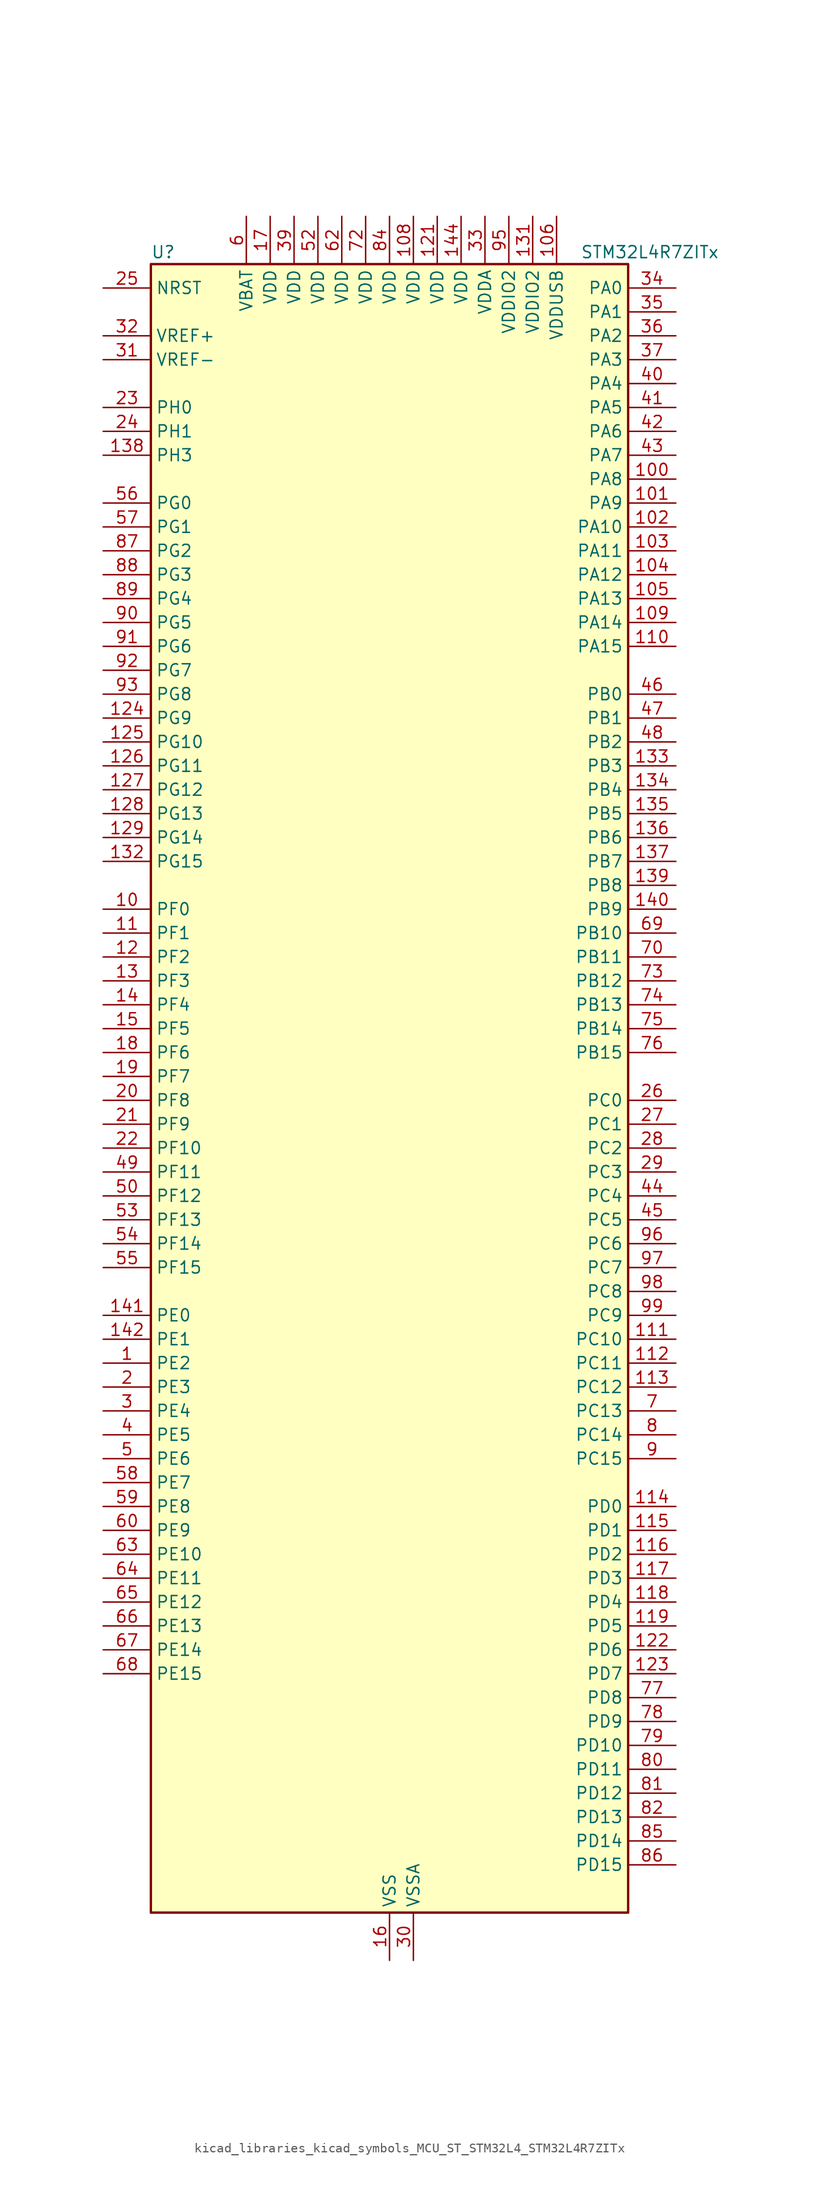
<source format=kicad_sym>
(kicad_symbol_lib
  (version 20220914)
  (generator kicad_symbol_editor)
  (symbol "kicad_libraries_kicad_symbols_MCU_ST_STM32L4_STM32L4R7ZITx"
    (property "Reference" "U"
      (at -25.4 90.17 0)
      (effects (font (size 1.27 1.27)) (justify left)))
    (property "Value" "STM32L4R7ZITx"
      (at 20.32 90.17 0)
      (effects (font (size 1.27 1.27)) (justify left)))
    (property "ki_locked" ""
      (at 0 0 0)
      (effects (font (size 1.27 1.27))))
    (symbol "kicad_libraries_kicad_symbols_MCU_ST_STM32L4_STM32L4R7ZITx_0_1"
      (rectangle (start -25.4 -86.36) (end 25.4 88.9) (stroke (width 0.254) (type default)) (fill (type background))))
    (symbol "kicad_libraries_kicad_symbols_MCU_ST_STM32L4_STM32L4R7ZITx_1_1"
      (pin bidirectional line (at -30.48 -27.94 0) (length 5.08) (name "PE2" (effects (font (size 1.27 1.27)))) (number "1" (effects (font (size 1.27 1.27)))) (alternate "FMC_A23" bidirectional line) (alternate "LTDC_R0" bidirectional line) (alternate "SAI1_CK1" bidirectional line) (alternate "SAI1_MCLK_A" bidirectional line) (alternate "SYS_TRACECLK" bidirectional line) (alternate "TIM3_ETR" bidirectional line) (alternate "TSC_G7_IO1" bidirectional line))
      (pin bidirectional line (at -30.48 20.32 0) (length 5.08) (name "PF0" (effects (font (size 1.27 1.27)))) (number "10" (effects (font (size 1.27 1.27)))) (alternate "FMC_A0" bidirectional line) (alternate "I2C2_SDA" bidirectional line) (alternate "OCTOSPIM_P2_IO0" bidirectional line))
      (pin bidirectional line (at 30.48 66.04 180) (length 5.08) (name "PA8" (effects (font (size 1.27 1.27)))) (number "100" (effects (font (size 1.27 1.27)))) (alternate "LPTIM2_OUT" bidirectional line) (alternate "RCC_MCO" bidirectional line) (alternate "SAI1_CK2" bidirectional line) (alternate "SAI1_SCK_A" bidirectional line) (alternate "TIM1_CH1" bidirectional line) (alternate "USART1_CK" bidirectional line) (alternate "USB_OTG_FS_SOF" bidirectional line))
      (pin bidirectional line (at 30.48 63.5 180) (length 5.08) (name "PA9" (effects (font (size 1.27 1.27)))) (number "101" (effects (font (size 1.27 1.27)))) (alternate "DAC1_EXTI9" bidirectional line) (alternate "DCMI_D0" bidirectional line) (alternate "SAI1_FS_A" bidirectional line) (alternate "SPI2_SCK" bidirectional line) (alternate "TIM15_BKIN" bidirectional line) (alternate "TIM1_CH2" bidirectional line) (alternate "USART1_TX" bidirectional line) (alternate "USB_OTG_FS_VBUS" bidirectional line))
      (pin bidirectional line (at 30.48 60.96 180) (length 5.08) (name "PA10" (effects (font (size 1.27 1.27)))) (number "102" (effects (font (size 1.27 1.27)))) (alternate "DCMI_D1" bidirectional line) (alternate "SAI1_D1" bidirectional line) (alternate "SAI1_SD_A" bidirectional line) (alternate "TIM17_BKIN" bidirectional line) (alternate "TIM1_CH3" bidirectional line) (alternate "USART1_RX" bidirectional line) (alternate "USB_OTG_FS_ID" bidirectional line))
      (pin bidirectional line (at 30.48 58.42 180) (length 5.08) (name "PA11" (effects (font (size 1.27 1.27)))) (number "103" (effects (font (size 1.27 1.27)))) (alternate "ADC1_EXTI11" bidirectional line) (alternate "CAN1_RX" bidirectional line) (alternate "SPI1_MISO" bidirectional line) (alternate "TIM1_BKIN2" bidirectional line) (alternate "TIM1_CH4" bidirectional line) (alternate "USART1_CTS" bidirectional line) (alternate "USART1_NSS" bidirectional line) (alternate "USB_OTG_FS_DM" bidirectional line))
      (pin bidirectional line (at 30.48 55.88 180) (length 5.08) (name "PA12" (effects (font (size 1.27 1.27)))) (number "104" (effects (font (size 1.27 1.27)))) (alternate "CAN1_TX" bidirectional line) (alternate "SPI1_MOSI" bidirectional line) (alternate "TIM1_ETR" bidirectional line) (alternate "USART1_DE" bidirectional line) (alternate "USART1_RTS" bidirectional line) (alternate "USB_OTG_FS_DP" bidirectional line))
      (pin bidirectional line (at 30.48 53.34 180) (length 5.08) (name "PA13" (effects (font (size 1.27 1.27)))) (number "105" (effects (font (size 1.27 1.27)))) (alternate "IR_OUT" bidirectional line) (alternate "SAI1_SD_B" bidirectional line) (alternate "SYS_JTMS-SWDIO" bidirectional line) (alternate "USB_OTG_FS_NOE" bidirectional line))
      (pin power_in line (at 17.78 93.98 270) (length 5.08) (name "VDDUSB" (effects (font (size 1.27 1.27)))) (number "106" (effects (font (size 1.27 1.27)))))
      (pin passive line (at 0 -91.44 90) (length 5.08) hide (name "VSS" (effects (font (size 1.27 1.27)))) (number "107" (effects (font (size 1.27 1.27)))))
      (pin power_in line (at 2.54 93.98 270) (length 5.08) (name "VDD" (effects (font (size 1.27 1.27)))) (number "108" (effects (font (size 1.27 1.27)))))
      (pin bidirectional line (at 30.48 50.8 180) (length 5.08) (name "PA14" (effects (font (size 1.27 1.27)))) (number "109" (effects (font (size 1.27 1.27)))) (alternate "I2C1_SMBA" bidirectional line) (alternate "I2C4_SMBA" bidirectional line) (alternate "LPTIM1_OUT" bidirectional line) (alternate "SAI1_FS_B" bidirectional line) (alternate "SYS_JTCK-SWCLK" bidirectional line) (alternate "USB_OTG_FS_SOF" bidirectional line))
      (pin bidirectional line (at -30.48 17.78 0) (length 5.08) (name "PF1" (effects (font (size 1.27 1.27)))) (number "11" (effects (font (size 1.27 1.27)))) (alternate "FMC_A1" bidirectional line) (alternate "I2C2_SCL" bidirectional line) (alternate "OCTOSPIM_P2_IO1" bidirectional line))
      (pin bidirectional line (at 30.48 48.26 180) (length 5.08) (name "PA15" (effects (font (size 1.27 1.27)))) (number "110" (effects (font (size 1.27 1.27)))) (alternate "ADC1_EXTI15" bidirectional line) (alternate "SAI2_FS_B" bidirectional line) (alternate "SPI1_NSS" bidirectional line) (alternate "SPI3_NSS" bidirectional line) (alternate "SYS_JTDI" bidirectional line) (alternate "TIM2_CH1" bidirectional line) (alternate "TIM2_ETR" bidirectional line) (alternate "TSC_G3_IO1" bidirectional line) (alternate "UART4_DE" bidirectional line) (alternate "UART4_RTS" bidirectional line) (alternate "USART2_RX" bidirectional line) (alternate "USART3_DE" bidirectional line) (alternate "USART3_RTS" bidirectional line))
      (pin bidirectional line (at 30.48 -25.4 180) (length 5.08) (name "PC10" (effects (font (size 1.27 1.27)))) (number "111" (effects (font (size 1.27 1.27)))) (alternate "DCMI_D8" bidirectional line) (alternate "SAI2_SCK_B" bidirectional line) (alternate "SDMMC1_D2" bidirectional line) (alternate "SPI3_SCK" bidirectional line) (alternate "SYS_TRACED1" bidirectional line) (alternate "TSC_G3_IO2" bidirectional line) (alternate "UART4_TX" bidirectional line) (alternate "USART3_TX" bidirectional line))
      (pin bidirectional line (at 30.48 -27.94 180) (length 5.08) (name "PC11" (effects (font (size 1.27 1.27)))) (number "112" (effects (font (size 1.27 1.27)))) (alternate "ADC1_EXTI11" bidirectional line) (alternate "DCMI_D2" bidirectional line) (alternate "DCMI_D4" bidirectional line) (alternate "OCTOSPIM_P1_NCS" bidirectional line) (alternate "SAI2_MCLK_B" bidirectional line) (alternate "SDMMC1_D3" bidirectional line) (alternate "SPI3_MISO" bidirectional line) (alternate "TSC_G3_IO3" bidirectional line) (alternate "UART4_RX" bidirectional line) (alternate "USART3_RX" bidirectional line))
      (pin bidirectional line (at 30.48 -30.48 180) (length 5.08) (name "PC12" (effects (font (size 1.27 1.27)))) (number "113" (effects (font (size 1.27 1.27)))) (alternate "DCMI_D9" bidirectional line) (alternate "SAI2_SD_B" bidirectional line) (alternate "SDMMC1_CK" bidirectional line) (alternate "SPI3_MOSI" bidirectional line) (alternate "SYS_TRACED3" bidirectional line) (alternate "TSC_G3_IO4" bidirectional line) (alternate "UART5_TX" bidirectional line) (alternate "USART3_CK" bidirectional line))
      (pin bidirectional line (at 30.48 -43.18 180) (length 5.08) (name "PD0" (effects (font (size 1.27 1.27)))) (number "114" (effects (font (size 1.27 1.27)))) (alternate "CAN1_RX" bidirectional line) (alternate "DFSDM1_DATIN7" bidirectional line) (alternate "FMC_D2" bidirectional line) (alternate "FMC_DA2" bidirectional line) (alternate "LTDC_B4" bidirectional line) (alternate "SPI2_NSS" bidirectional line))
      (pin bidirectional line (at 30.48 -45.72 180) (length 5.08) (name "PD1" (effects (font (size 1.27 1.27)))) (number "115" (effects (font (size 1.27 1.27)))) (alternate "CAN1_TX" bidirectional line) (alternate "DFSDM1_CKIN7" bidirectional line) (alternate "FMC_D3" bidirectional line) (alternate "FMC_DA3" bidirectional line) (alternate "LTDC_B5" bidirectional line) (alternate "SPI2_SCK" bidirectional line))
      (pin bidirectional line (at 30.48 -48.26 180) (length 5.08) (name "PD2" (effects (font (size 1.27 1.27)))) (number "116" (effects (font (size 1.27 1.27)))) (alternate "DCMI_D11" bidirectional line) (alternate "SDMMC1_CMD" bidirectional line) (alternate "SYS_TRACED2" bidirectional line) (alternate "TIM3_ETR" bidirectional line) (alternate "TSC_SYNC" bidirectional line) (alternate "UART5_RX" bidirectional line) (alternate "USART3_DE" bidirectional line) (alternate "USART3_RTS" bidirectional line))
      (pin bidirectional line (at 30.48 -50.8 180) (length 5.08) (name "PD3" (effects (font (size 1.27 1.27)))) (number "117" (effects (font (size 1.27 1.27)))) (alternate "DCMI_D5" bidirectional line) (alternate "DFSDM1_DATIN0" bidirectional line) (alternate "FMC_CLK" bidirectional line) (alternate "LTDC_CLK" bidirectional line) (alternate "OCTOSPIM_P2_NCS" bidirectional line) (alternate "SPI2_MISO" bidirectional line) (alternate "SPI2_SCK" bidirectional line) (alternate "USART2_CTS" bidirectional line) (alternate "USART2_NSS" bidirectional line))
      (pin bidirectional line (at 30.48 -53.34 180) (length 5.08) (name "PD4" (effects (font (size 1.27 1.27)))) (number "118" (effects (font (size 1.27 1.27)))) (alternate "DFSDM1_CKIN0" bidirectional line) (alternate "FMC_NOE" bidirectional line) (alternate "OCTOSPIM_P1_IO4" bidirectional line) (alternate "SPI2_MOSI" bidirectional line) (alternate "USART2_DE" bidirectional line) (alternate "USART2_RTS" bidirectional line))
      (pin bidirectional line (at 30.48 -55.88 180) (length 5.08) (name "PD5" (effects (font (size 1.27 1.27)))) (number "119" (effects (font (size 1.27 1.27)))) (alternate "FMC_NWE" bidirectional line) (alternate "OCTOSPIM_P1_IO5" bidirectional line) (alternate "USART2_TX" bidirectional line))
      (pin bidirectional line (at -30.48 15.24 0) (length 5.08) (name "PF2" (effects (font (size 1.27 1.27)))) (number "12" (effects (font (size 1.27 1.27)))) (alternate "FMC_A2" bidirectional line) (alternate "I2C2_SMBA" bidirectional line) (alternate "OCTOSPIM_P2_IO2" bidirectional line))
      (pin passive line (at 0 -91.44 90) (length 5.08) hide (name "VSS" (effects (font (size 1.27 1.27)))) (number "120" (effects (font (size 1.27 1.27)))))
      (pin power_in line (at 5.08 93.98 270) (length 5.08) (name "VDD" (effects (font (size 1.27 1.27)))) (number "121" (effects (font (size 1.27 1.27)))))
      (pin bidirectional line (at 30.48 -58.42 180) (length 5.08) (name "PD6" (effects (font (size 1.27 1.27)))) (number "122" (effects (font (size 1.27 1.27)))) (alternate "DCMI_D10" bidirectional line) (alternate "DFSDM1_DATIN1" bidirectional line) (alternate "FMC_NWAIT" bidirectional line) (alternate "LTDC_DE" bidirectional line) (alternate "OCTOSPIM_P1_IO6" bidirectional line) (alternate "SAI1_D1" bidirectional line) (alternate "SAI1_SD_A" bidirectional line) (alternate "SPI3_MOSI" bidirectional line) (alternate "USART2_RX" bidirectional line))
      (pin bidirectional line (at 30.48 -60.96 180) (length 5.08) (name "PD7" (effects (font (size 1.27 1.27)))) (number "123" (effects (font (size 1.27 1.27)))) (alternate "DFSDM1_CKIN1" bidirectional line) (alternate "FMC_NCE" bidirectional line) (alternate "FMC_NE1" bidirectional line) (alternate "OCTOSPIM_P1_IO7" bidirectional line) (alternate "USART2_CK" bidirectional line))
      (pin bidirectional line (at -30.48 40.64 0) (length 5.08) (name "PG9" (effects (font (size 1.27 1.27)))) (number "124" (effects (font (size 1.27 1.27)))) (alternate "DAC1_EXTI9" bidirectional line) (alternate "FMC_NCE" bidirectional line) (alternate "FMC_NE2" bidirectional line) (alternate "OCTOSPIM_P2_IO6" bidirectional line) (alternate "SAI2_SCK_A" bidirectional line) (alternate "SPI3_SCK" bidirectional line) (alternate "TIM15_CH1N" bidirectional line) (alternate "USART1_TX" bidirectional line))
      (pin bidirectional line (at -30.48 38.1 0) (length 5.08) (name "PG10" (effects (font (size 1.27 1.27)))) (number "125" (effects (font (size 1.27 1.27)))) (alternate "FMC_NE3" bidirectional line) (alternate "LPTIM1_IN1" bidirectional line) (alternate "OCTOSPIM_P2_IO7" bidirectional line) (alternate "SAI2_FS_A" bidirectional line) (alternate "SPI3_MISO" bidirectional line) (alternate "TIM15_CH1" bidirectional line) (alternate "USART1_RX" bidirectional line))
      (pin bidirectional line (at -30.48 35.56 0) (length 5.08) (name "PG11" (effects (font (size 1.27 1.27)))) (number "126" (effects (font (size 1.27 1.27)))) (alternate "ADC1_EXTI11" bidirectional line) (alternate "LPTIM1_IN2" bidirectional line) (alternate "OCTOSPIM_P1_IO5" bidirectional line) (alternate "SAI2_MCLK_A" bidirectional line) (alternate "SPI3_MOSI" bidirectional line) (alternate "TIM15_CH2" bidirectional line) (alternate "USART1_CTS" bidirectional line) (alternate "USART1_NSS" bidirectional line))
      (pin bidirectional line (at -30.48 33.02 0) (length 5.08) (name "PG12" (effects (font (size 1.27 1.27)))) (number "127" (effects (font (size 1.27 1.27)))) (alternate "FMC_NE4" bidirectional line) (alternate "LPTIM1_ETR" bidirectional line) (alternate "OCTOSPIM_P2_NCS" bidirectional line) (alternate "SAI2_SD_A" bidirectional line) (alternate "SPI3_NSS" bidirectional line) (alternate "USART1_DE" bidirectional line) (alternate "USART1_RTS" bidirectional line))
      (pin bidirectional line (at -30.48 30.48 0) (length 5.08) (name "PG13" (effects (font (size 1.27 1.27)))) (number "128" (effects (font (size 1.27 1.27)))) (alternate "FMC_A24" bidirectional line) (alternate "I2C1_SDA" bidirectional line) (alternate "LTDC_R0" bidirectional line) (alternate "USART1_CK" bidirectional line))
      (pin bidirectional line (at -30.48 27.94 0) (length 5.08) (name "PG14" (effects (font (size 1.27 1.27)))) (number "129" (effects (font (size 1.27 1.27)))) (alternate "FMC_A25" bidirectional line) (alternate "I2C1_SCL" bidirectional line) (alternate "LTDC_R1" bidirectional line))
      (pin bidirectional line (at -30.48 12.7 0) (length 5.08) (name "PF3" (effects (font (size 1.27 1.27)))) (number "13" (effects (font (size 1.27 1.27)))) (alternate "FMC_A3" bidirectional line) (alternate "OCTOSPIM_P2_IO3" bidirectional line))
      (pin passive line (at 0 -91.44 90) (length 5.08) hide (name "VSS" (effects (font (size 1.27 1.27)))) (number "130" (effects (font (size 1.27 1.27)))))
      (pin power_in line (at 15.24 93.98 270) (length 5.08) (name "VDDIO2" (effects (font (size 1.27 1.27)))) (number "131" (effects (font (size 1.27 1.27)))))
      (pin bidirectional line (at -30.48 25.4 0) (length 5.08) (name "PG15" (effects (font (size 1.27 1.27)))) (number "132" (effects (font (size 1.27 1.27)))) (alternate "ADC1_EXTI15" bidirectional line) (alternate "DCMI_D13" bidirectional line) (alternate "I2C1_SMBA" bidirectional line) (alternate "LPTIM1_OUT" bidirectional line) (alternate "OCTOSPIM_P2_DQS" bidirectional line))
      (pin bidirectional line (at 30.48 35.56 180) (length 5.08) (name "PB3" (effects (font (size 1.27 1.27)))) (number "133" (effects (font (size 1.27 1.27)))) (alternate "COMP2_INM" bidirectional line) (alternate "CRS_SYNC" bidirectional line) (alternate "SAI1_SCK_B" bidirectional line) (alternate "SPI1_SCK" bidirectional line) (alternate "SPI3_SCK" bidirectional line) (alternate "SYS_JTDO-SWO" bidirectional line) (alternate "TIM2_CH2" bidirectional line) (alternate "USART1_DE" bidirectional line) (alternate "USART1_RTS" bidirectional line))
      (pin bidirectional line (at 30.48 33.02 180) (length 5.08) (name "PB4" (effects (font (size 1.27 1.27)))) (number "134" (effects (font (size 1.27 1.27)))) (alternate "COMP2_INP" bidirectional line) (alternate "DCMI_D12" bidirectional line) (alternate "I2C3_SDA" bidirectional line) (alternate "SAI1_MCLK_B" bidirectional line) (alternate "SPI1_MISO" bidirectional line) (alternate "SPI3_MISO" bidirectional line) (alternate "SYS_JTRST" bidirectional line) (alternate "TIM17_BKIN" bidirectional line) (alternate "TIM3_CH1" bidirectional line) (alternate "TSC_G2_IO1" bidirectional line) (alternate "UART5_DE" bidirectional line) (alternate "UART5_RTS" bidirectional line) (alternate "USART1_CTS" bidirectional line) (alternate "USART1_NSS" bidirectional line))
      (pin bidirectional line (at 30.48 30.48 180) (length 5.08) (name "PB5" (effects (font (size 1.27 1.27)))) (number "135" (effects (font (size 1.27 1.27)))) (alternate "COMP2_OUT" bidirectional line) (alternate "DCMI_D10" bidirectional line) (alternate "I2C1_SMBA" bidirectional line) (alternate "LPTIM1_IN1" bidirectional line) (alternate "SAI1_SD_B" bidirectional line) (alternate "SPI1_MOSI" bidirectional line) (alternate "SPI3_MOSI" bidirectional line) (alternate "TIM16_BKIN" bidirectional line) (alternate "TIM3_CH2" bidirectional line) (alternate "TSC_G2_IO2" bidirectional line) (alternate "UART5_CTS" bidirectional line) (alternate "USART1_CK" bidirectional line))
      (pin bidirectional line (at 30.48 27.94 180) (length 5.08) (name "PB6" (effects (font (size 1.27 1.27)))) (number "136" (effects (font (size 1.27 1.27)))) (alternate "COMP2_INP" bidirectional line) (alternate "DCMI_D5" bidirectional line) (alternate "DFSDM1_DATIN5" bidirectional line) (alternate "I2C1_SCL" bidirectional line) (alternate "I2C4_SCL" bidirectional line) (alternate "LPTIM1_ETR" bidirectional line) (alternate "SAI1_FS_B" bidirectional line) (alternate "TIM16_CH1N" bidirectional line) (alternate "TIM4_CH1" bidirectional line) (alternate "TIM8_BKIN2" bidirectional line) (alternate "TSC_G2_IO3" bidirectional line) (alternate "USART1_TX" bidirectional line))
      (pin bidirectional line (at 30.48 25.4 180) (length 5.08) (name "PB7" (effects (font (size 1.27 1.27)))) (number "137" (effects (font (size 1.27 1.27)))) (alternate "COMP2_INM" bidirectional line) (alternate "DCMI_VSYNC" bidirectional line) (alternate "DFSDM1_CKIN5" bidirectional line) (alternate "FMC_NL" bidirectional line) (alternate "I2C1_SDA" bidirectional line) (alternate "I2C4_SDA" bidirectional line) (alternate "LPTIM1_IN2" bidirectional line) (alternate "SYS_PVD_IN" bidirectional line) (alternate "TIM17_CH1N" bidirectional line) (alternate "TIM4_CH2" bidirectional line) (alternate "TIM8_BKIN" bidirectional line) (alternate "TSC_G2_IO4" bidirectional line) (alternate "UART4_CTS" bidirectional line) (alternate "USART1_RX" bidirectional line))
      (pin bidirectional line (at -30.48 68.58 0) (length 5.08) (name "PH3" (effects (font (size 1.27 1.27)))) (number "138" (effects (font (size 1.27 1.27)))))
      (pin bidirectional line (at 30.48 22.86 180) (length 5.08) (name "PB8" (effects (font (size 1.27 1.27)))) (number "139" (effects (font (size 1.27 1.27)))) (alternate "CAN1_RX" bidirectional line) (alternate "DCMI_D6" bidirectional line) (alternate "DFSDM1_CKOUT" bidirectional line) (alternate "DFSDM1_DATIN6" bidirectional line) (alternate "I2C1_SCL" bidirectional line) (alternate "LTDC_B1" bidirectional line) (alternate "SAI1_CK1" bidirectional line) (alternate "SAI1_MCLK_A" bidirectional line) (alternate "SDMMC1_CKIN" bidirectional line) (alternate "SDMMC1_D4" bidirectional line) (alternate "TIM16_CH1" bidirectional line) (alternate "TIM4_CH3" bidirectional line))
      (pin bidirectional line (at -30.48 10.16 0) (length 5.08) (name "PF4" (effects (font (size 1.27 1.27)))) (number "14" (effects (font (size 1.27 1.27)))) (alternate "FMC_A4" bidirectional line) (alternate "OCTOSPIM_P2_CLK" bidirectional line))
      (pin bidirectional line (at 30.48 20.32 180) (length 5.08) (name "PB9" (effects (font (size 1.27 1.27)))) (number "140" (effects (font (size 1.27 1.27)))) (alternate "CAN1_TX" bidirectional line) (alternate "DAC1_EXTI9" bidirectional line) (alternate "DCMI_D7" bidirectional line) (alternate "DFSDM1_CKIN6" bidirectional line) (alternate "I2C1_SDA" bidirectional line) (alternate "IR_OUT" bidirectional line) (alternate "SAI1_D2" bidirectional line) (alternate "SAI1_FS_A" bidirectional line) (alternate "SDMMC1_CDIR" bidirectional line) (alternate "SDMMC1_D5" bidirectional line) (alternate "SPI2_NSS" bidirectional line) (alternate "TIM17_CH1" bidirectional line) (alternate "TIM4_CH4" bidirectional line))
      (pin bidirectional line (at -30.48 -22.86 0) (length 5.08) (name "PE0" (effects (font (size 1.27 1.27)))) (number "141" (effects (font (size 1.27 1.27)))) (alternate "DCMI_D2" bidirectional line) (alternate "FMC_NBL0" bidirectional line) (alternate "LTDC_HSYNC" bidirectional line) (alternate "TIM16_CH1" bidirectional line) (alternate "TIM4_ETR" bidirectional line))
      (pin bidirectional line (at -30.48 -25.4 0) (length 5.08) (name "PE1" (effects (font (size 1.27 1.27)))) (number "142" (effects (font (size 1.27 1.27)))) (alternate "DCMI_D3" bidirectional line) (alternate "FMC_NBL1" bidirectional line) (alternate "LTDC_VSYNC" bidirectional line) (alternate "TIM17_CH1" bidirectional line))
      (pin passive line (at 0 -91.44 90) (length 5.08) hide (name "VSS" (effects (font (size 1.27 1.27)))) (number "143" (effects (font (size 1.27 1.27)))))
      (pin power_in line (at 7.62 93.98 270) (length 5.08) (name "VDD" (effects (font (size 1.27 1.27)))) (number "144" (effects (font (size 1.27 1.27)))))
      (pin bidirectional line (at -30.48 7.62 0) (length 5.08) (name "PF5" (effects (font (size 1.27 1.27)))) (number "15" (effects (font (size 1.27 1.27)))) (alternate "FMC_A5" bidirectional line))
      (pin power_in line (at 0 -91.44 90) (length 5.08) (name "VSS" (effects (font (size 1.27 1.27)))) (number "16" (effects (font (size 1.27 1.27)))))
      (pin power_in line (at -12.7 93.98 270) (length 5.08) (name "VDD" (effects (font (size 1.27 1.27)))) (number "17" (effects (font (size 1.27 1.27)))))
      (pin bidirectional line (at -30.48 5.08 0) (length 5.08) (name "PF6" (effects (font (size 1.27 1.27)))) (number "18" (effects (font (size 1.27 1.27)))) (alternate "OCTOSPIM_P1_IO3" bidirectional line) (alternate "SAI1_SD_B" bidirectional line) (alternate "TIM5_CH1" bidirectional line) (alternate "TIM5_ETR" bidirectional line))
      (pin bidirectional line (at -30.48 2.54 0) (length 5.08) (name "PF7" (effects (font (size 1.27 1.27)))) (number "19" (effects (font (size 1.27 1.27)))) (alternate "OCTOSPIM_P1_IO2" bidirectional line) (alternate "SAI1_MCLK_B" bidirectional line) (alternate "TIM5_CH2" bidirectional line))
      (pin bidirectional line (at -30.48 -30.48 0) (length 5.08) (name "PE3" (effects (font (size 1.27 1.27)))) (number "2" (effects (font (size 1.27 1.27)))) (alternate "FMC_A19" bidirectional line) (alternate "LTDC_R1" bidirectional line) (alternate "OCTOSPIM_P1_DQS" bidirectional line) (alternate "SAI1_SD_B" bidirectional line) (alternate "SYS_TRACED0" bidirectional line) (alternate "TIM3_CH1" bidirectional line) (alternate "TSC_G7_IO2" bidirectional line))
      (pin bidirectional line (at -30.48 0 0) (length 5.08) (name "PF8" (effects (font (size 1.27 1.27)))) (number "20" (effects (font (size 1.27 1.27)))) (alternate "OCTOSPIM_P1_IO0" bidirectional line) (alternate "SAI1_SCK_B" bidirectional line) (alternate "TIM5_CH3" bidirectional line))
      (pin bidirectional line (at -30.48 -2.54 0) (length 5.08) (name "PF9" (effects (font (size 1.27 1.27)))) (number "21" (effects (font (size 1.27 1.27)))) (alternate "DAC1_EXTI9" bidirectional line) (alternate "OCTOSPIM_P1_IO1" bidirectional line) (alternate "SAI1_FS_B" bidirectional line) (alternate "TIM15_CH1" bidirectional line) (alternate "TIM5_CH4" bidirectional line))
      (pin bidirectional line (at -30.48 -5.08 0) (length 5.08) (name "PF10" (effects (font (size 1.27 1.27)))) (number "22" (effects (font (size 1.27 1.27)))) (alternate "DCMI_D11" bidirectional line) (alternate "DFSDM1_CKOUT" bidirectional line) (alternate "OCTOSPIM_P1_CLK" bidirectional line) (alternate "SAI1_D3" bidirectional line) (alternate "TIM15_CH2" bidirectional line))
      (pin bidirectional line (at -30.48 73.66 0) (length 5.08) (name "PH0" (effects (font (size 1.27 1.27)))) (number "23" (effects (font (size 1.27 1.27)))) (alternate "RCC_OSC_IN" bidirectional line))
      (pin bidirectional line (at -30.48 71.12 0) (length 5.08) (name "PH1" (effects (font (size 1.27 1.27)))) (number "24" (effects (font (size 1.27 1.27)))) (alternate "RCC_OSC_OUT" bidirectional line))
      (pin input line (at -30.48 86.36 0) (length 5.08) (name "NRST" (effects (font (size 1.27 1.27)))) (number "25" (effects (font (size 1.27 1.27)))))
      (pin bidirectional line (at 30.48 0 180) (length 5.08) (name "PC0" (effects (font (size 1.27 1.27)))) (number "26" (effects (font (size 1.27 1.27)))) (alternate "ADC1_IN1" bidirectional line) (alternate "DFSDM1_DATIN4" bidirectional line) (alternate "I2C3_SCL" bidirectional line) (alternate "LPTIM1_IN1" bidirectional line) (alternate "LPTIM2_IN1" bidirectional line) (alternate "LPUART1_RX" bidirectional line) (alternate "SAI2_FS_A" bidirectional line))
      (pin bidirectional line (at 30.48 -2.54 180) (length 5.08) (name "PC1" (effects (font (size 1.27 1.27)))) (number "27" (effects (font (size 1.27 1.27)))) (alternate "ADC1_IN2" bidirectional line) (alternate "DFSDM1_CKIN4" bidirectional line) (alternate "I2C3_SDA" bidirectional line) (alternate "LPTIM1_OUT" bidirectional line) (alternate "LPUART1_TX" bidirectional line) (alternate "OCTOSPIM_P1_IO4" bidirectional line) (alternate "SAI1_SD_A" bidirectional line) (alternate "SPI2_MOSI" bidirectional line) (alternate "SYS_TRACED0" bidirectional line))
      (pin bidirectional line (at 30.48 -5.08 180) (length 5.08) (name "PC2" (effects (font (size 1.27 1.27)))) (number "28" (effects (font (size 1.27 1.27)))) (alternate "ADC1_IN3" bidirectional line) (alternate "DFSDM1_CKOUT" bidirectional line) (alternate "LPTIM1_IN2" bidirectional line) (alternate "OCTOSPIM_P1_IO5" bidirectional line) (alternate "SPI2_MISO" bidirectional line))
      (pin bidirectional line (at 30.48 -7.62 180) (length 5.08) (name "PC3" (effects (font (size 1.27 1.27)))) (number "29" (effects (font (size 1.27 1.27)))) (alternate "ADC1_IN4" bidirectional line) (alternate "LPTIM1_ETR" bidirectional line) (alternate "LPTIM2_ETR" bidirectional line) (alternate "OCTOSPIM_P1_IO6" bidirectional line) (alternate "SAI1_D1" bidirectional line) (alternate "SAI1_SD_A" bidirectional line) (alternate "SPI2_MOSI" bidirectional line))
      (pin bidirectional line (at -30.48 -33.02 0) (length 5.08) (name "PE4" (effects (font (size 1.27 1.27)))) (number "3" (effects (font (size 1.27 1.27)))) (alternate "DCMI_D4" bidirectional line) (alternate "DFSDM1_DATIN3" bidirectional line) (alternate "FMC_A20" bidirectional line) (alternate "LTDC_B0" bidirectional line) (alternate "SAI1_D2" bidirectional line) (alternate "SAI1_FS_A" bidirectional line) (alternate "SYS_TRACED1" bidirectional line) (alternate "TIM3_CH2" bidirectional line) (alternate "TSC_G7_IO3" bidirectional line))
      (pin power_in line (at 2.54 -91.44 90) (length 5.08) (name "VSSA" (effects (font (size 1.27 1.27)))) (number "30" (effects (font (size 1.27 1.27)))))
      (pin input line (at -30.48 78.74 0) (length 5.08) (name "VREF-" (effects (font (size 1.27 1.27)))) (number "31" (effects (font (size 1.27 1.27)))))
      (pin input line (at -30.48 81.28 0) (length 5.08) (name "VREF+" (effects (font (size 1.27 1.27)))) (number "32" (effects (font (size 1.27 1.27)))) (alternate "VREFBUF_OUT" bidirectional line))
      (pin power_in line (at 10.16 93.98 270) (length 5.08) (name "VDDA" (effects (font (size 1.27 1.27)))) (number "33" (effects (font (size 1.27 1.27)))))
      (pin bidirectional line (at 30.48 86.36 180) (length 5.08) (name "PA0" (effects (font (size 1.27 1.27)))) (number "34" (effects (font (size 1.27 1.27)))) (alternate "ADC1_IN5" bidirectional line) (alternate "OPAMP1_VINP" bidirectional line) (alternate "RTC_TAMP2" bidirectional line) (alternate "SAI1_EXTCLK" bidirectional line) (alternate "SYS_WKUP1" bidirectional line) (alternate "TIM2_CH1" bidirectional line) (alternate "TIM2_ETR" bidirectional line) (alternate "TIM5_CH1" bidirectional line) (alternate "TIM8_ETR" bidirectional line) (alternate "UART4_TX" bidirectional line) (alternate "USART2_CTS" bidirectional line) (alternate "USART2_NSS" bidirectional line))
      (pin bidirectional line (at 30.48 83.82 180) (length 5.08) (name "PA1" (effects (font (size 1.27 1.27)))) (number "35" (effects (font (size 1.27 1.27)))) (alternate "ADC1_IN6" bidirectional line) (alternate "I2C1_SMBA" bidirectional line) (alternate "OCTOSPIM_P1_DQS" bidirectional line) (alternate "OPAMP1_VINM" bidirectional line) (alternate "SPI1_SCK" bidirectional line) (alternate "TIM15_CH1N" bidirectional line) (alternate "TIM2_CH2" bidirectional line) (alternate "TIM5_CH2" bidirectional line) (alternate "UART4_RX" bidirectional line) (alternate "USART2_DE" bidirectional line) (alternate "USART2_RTS" bidirectional line))
      (pin bidirectional line (at 30.48 81.28 180) (length 5.08) (name "PA2" (effects (font (size 1.27 1.27)))) (number "36" (effects (font (size 1.27 1.27)))) (alternate "ADC1_IN7" bidirectional line) (alternate "LPUART1_TX" bidirectional line) (alternate "OCTOSPIM_P1_NCS" bidirectional line) (alternate "RCC_LSCO" bidirectional line) (alternate "SAI2_EXTCLK" bidirectional line) (alternate "SYS_WKUP4" bidirectional line) (alternate "TIM15_CH1" bidirectional line) (alternate "TIM2_CH3" bidirectional line) (alternate "TIM5_CH3" bidirectional line) (alternate "USART2_TX" bidirectional line))
      (pin bidirectional line (at 30.48 78.74 180) (length 5.08) (name "PA3" (effects (font (size 1.27 1.27)))) (number "37" (effects (font (size 1.27 1.27)))) (alternate "ADC1_IN8" bidirectional line) (alternate "LPUART1_RX" bidirectional line) (alternate "OCTOSPIM_P1_CLK" bidirectional line) (alternate "OPAMP1_VOUT" bidirectional line) (alternate "SAI1_CK1" bidirectional line) (alternate "SAI1_MCLK_A" bidirectional line) (alternate "TIM15_CH2" bidirectional line) (alternate "TIM2_CH4" bidirectional line) (alternate "TIM5_CH4" bidirectional line) (alternate "USART2_RX" bidirectional line))
      (pin passive line (at 0 -91.44 90) (length 5.08) hide (name "VSS" (effects (font (size 1.27 1.27)))) (number "38" (effects (font (size 1.27 1.27)))))
      (pin power_in line (at -10.16 93.98 270) (length 5.08) (name "VDD" (effects (font (size 1.27 1.27)))) (number "39" (effects (font (size 1.27 1.27)))))
      (pin bidirectional line (at -30.48 -35.56 0) (length 5.08) (name "PE5" (effects (font (size 1.27 1.27)))) (number "4" (effects (font (size 1.27 1.27)))) (alternate "DCMI_D6" bidirectional line) (alternate "DFSDM1_CKIN3" bidirectional line) (alternate "FMC_A21" bidirectional line) (alternate "LTDC_G0" bidirectional line) (alternate "SAI1_CK2" bidirectional line) (alternate "SAI1_SCK_A" bidirectional line) (alternate "SYS_TRACED2" bidirectional line) (alternate "TIM3_CH3" bidirectional line) (alternate "TSC_G7_IO4" bidirectional line))
      (pin bidirectional line (at 30.48 76.2 180) (length 5.08) (name "PA4" (effects (font (size 1.27 1.27)))) (number "40" (effects (font (size 1.27 1.27)))) (alternate "ADC1_IN9" bidirectional line) (alternate "DAC1_OUT1" bidirectional line) (alternate "DCMI_HSYNC" bidirectional line) (alternate "LPTIM2_OUT" bidirectional line) (alternate "OCTOSPIM_P1_NCS" bidirectional line) (alternate "SAI1_FS_B" bidirectional line) (alternate "SPI1_NSS" bidirectional line) (alternate "SPI3_NSS" bidirectional line) (alternate "USART2_CK" bidirectional line))
      (pin bidirectional line (at 30.48 73.66 180) (length 5.08) (name "PA5" (effects (font (size 1.27 1.27)))) (number "41" (effects (font (size 1.27 1.27)))) (alternate "ADC1_IN10" bidirectional line) (alternate "DAC1_OUT2" bidirectional line) (alternate "LPTIM2_ETR" bidirectional line) (alternate "SPI1_SCK" bidirectional line) (alternate "TIM2_CH1" bidirectional line) (alternate "TIM2_ETR" bidirectional line) (alternate "TIM8_CH1N" bidirectional line))
      (pin bidirectional line (at 30.48 71.12 180) (length 5.08) (name "PA6" (effects (font (size 1.27 1.27)))) (number "42" (effects (font (size 1.27 1.27)))) (alternate "ADC1_IN11" bidirectional line) (alternate "DCMI_PIXCLK" bidirectional line) (alternate "LPUART1_CTS" bidirectional line) (alternate "OCTOSPIM_P1_IO3" bidirectional line) (alternate "OPAMP2_VINP" bidirectional line) (alternate "SPI1_MISO" bidirectional line) (alternate "TIM16_CH1" bidirectional line) (alternate "TIM1_BKIN" bidirectional line) (alternate "TIM3_CH1" bidirectional line) (alternate "TIM8_BKIN" bidirectional line) (alternate "USART3_CTS" bidirectional line) (alternate "USART3_NSS" bidirectional line))
      (pin bidirectional line (at 30.48 68.58 180) (length 5.08) (name "PA7" (effects (font (size 1.27 1.27)))) (number "43" (effects (font (size 1.27 1.27)))) (alternate "ADC1_IN12" bidirectional line) (alternate "I2C3_SCL" bidirectional line) (alternate "OCTOSPIM_P1_IO2" bidirectional line) (alternate "OPAMP2_VINM" bidirectional line) (alternate "SPI1_MOSI" bidirectional line) (alternate "TIM17_CH1" bidirectional line) (alternate "TIM1_CH1N" bidirectional line) (alternate "TIM3_CH2" bidirectional line) (alternate "TIM8_CH1N" bidirectional line))
      (pin bidirectional line (at 30.48 -10.16 180) (length 5.08) (name "PC4" (effects (font (size 1.27 1.27)))) (number "44" (effects (font (size 1.27 1.27)))) (alternate "ADC1_IN13" bidirectional line) (alternate "COMP1_INM" bidirectional line) (alternate "OCTOSPIM_P1_IO7" bidirectional line) (alternate "USART3_TX" bidirectional line))
      (pin bidirectional line (at 30.48 -12.7 180) (length 5.08) (name "PC5" (effects (font (size 1.27 1.27)))) (number "45" (effects (font (size 1.27 1.27)))) (alternate "ADC1_IN14" bidirectional line) (alternate "COMP1_INP" bidirectional line) (alternate "SAI1_D3" bidirectional line) (alternate "SYS_WKUP5" bidirectional line) (alternate "USART3_RX" bidirectional line))
      (pin bidirectional line (at 30.48 43.18 180) (length 5.08) (name "PB0" (effects (font (size 1.27 1.27)))) (number "46" (effects (font (size 1.27 1.27)))) (alternate "ADC1_IN15" bidirectional line) (alternate "COMP1_OUT" bidirectional line) (alternate "OCTOSPIM_P1_IO1" bidirectional line) (alternate "OPAMP2_VOUT" bidirectional line) (alternate "SAI1_EXTCLK" bidirectional line) (alternate "SPI1_NSS" bidirectional line) (alternate "TIM1_CH2N" bidirectional line) (alternate "TIM3_CH3" bidirectional line) (alternate "TIM8_CH2N" bidirectional line) (alternate "USART3_CK" bidirectional line))
      (pin bidirectional line (at 30.48 40.64 180) (length 5.08) (name "PB1" (effects (font (size 1.27 1.27)))) (number "47" (effects (font (size 1.27 1.27)))) (alternate "ADC1_IN16" bidirectional line) (alternate "COMP1_INM" bidirectional line) (alternate "DFSDM1_DATIN0" bidirectional line) (alternate "LPTIM2_IN1" bidirectional line) (alternate "LPUART1_DE" bidirectional line) (alternate "LPUART1_RTS" bidirectional line) (alternate "OCTOSPIM_P1_IO0" bidirectional line) (alternate "TIM1_CH3N" bidirectional line) (alternate "TIM3_CH4" bidirectional line) (alternate "TIM8_CH3N" bidirectional line) (alternate "USART3_DE" bidirectional line) (alternate "USART3_RTS" bidirectional line))
      (pin bidirectional line (at 30.48 38.1 180) (length 5.08) (name "PB2" (effects (font (size 1.27 1.27)))) (number "48" (effects (font (size 1.27 1.27)))) (alternate "COMP1_INP" bidirectional line) (alternate "DFSDM1_CKIN0" bidirectional line) (alternate "I2C3_SMBA" bidirectional line) (alternate "LPTIM1_OUT" bidirectional line) (alternate "LTDC_B1" bidirectional line) (alternate "OCTOSPIM_P1_DQS" bidirectional line) (alternate "RTC_OUT_ALARM" bidirectional line) (alternate "RTC_OUT_CALIB" bidirectional line))
      (pin bidirectional line (at -30.48 -7.62 0) (length 5.08) (name "PF11" (effects (font (size 1.27 1.27)))) (number "49" (effects (font (size 1.27 1.27)))) (alternate "ADC1_EXTI11" bidirectional line) (alternate "DCMI_D12" bidirectional line) (alternate "LTDC_DE" bidirectional line))
      (pin bidirectional line (at -30.48 -38.1 0) (length 5.08) (name "PE6" (effects (font (size 1.27 1.27)))) (number "5" (effects (font (size 1.27 1.27)))) (alternate "DCMI_D7" bidirectional line) (alternate "FMC_A22" bidirectional line) (alternate "LTDC_G1" bidirectional line) (alternate "RTC_TAMP3" bidirectional line) (alternate "SAI1_D1" bidirectional line) (alternate "SAI1_SD_A" bidirectional line) (alternate "SYS_TRACED3" bidirectional line) (alternate "SYS_WKUP3" bidirectional line) (alternate "TIM3_CH4" bidirectional line))
      (pin bidirectional line (at -30.48 -10.16 0) (length 5.08) (name "PF12" (effects (font (size 1.27 1.27)))) (number "50" (effects (font (size 1.27 1.27)))) (alternate "FMC_A6" bidirectional line) (alternate "LTDC_B0" bidirectional line) (alternate "OCTOSPIM_P2_DQS" bidirectional line))
      (pin passive line (at 0 -91.44 90) (length 5.08) hide (name "VSS" (effects (font (size 1.27 1.27)))) (number "51" (effects (font (size 1.27 1.27)))))
      (pin power_in line (at -7.62 93.98 270) (length 5.08) (name "VDD" (effects (font (size 1.27 1.27)))) (number "52" (effects (font (size 1.27 1.27)))))
      (pin bidirectional line (at -30.48 -12.7 0) (length 5.08) (name "PF13" (effects (font (size 1.27 1.27)))) (number "53" (effects (font (size 1.27 1.27)))) (alternate "DFSDM1_DATIN6" bidirectional line) (alternate "FMC_A7" bidirectional line) (alternate "I2C4_SMBA" bidirectional line) (alternate "LTDC_B1" bidirectional line))
      (pin bidirectional line (at -30.48 -15.24 0) (length 5.08) (name "PF14" (effects (font (size 1.27 1.27)))) (number "54" (effects (font (size 1.27 1.27)))) (alternate "DFSDM1_CKIN6" bidirectional line) (alternate "FMC_A8" bidirectional line) (alternate "I2C4_SCL" bidirectional line) (alternate "LTDC_G0" bidirectional line) (alternate "TSC_G8_IO1" bidirectional line))
      (pin bidirectional line (at -30.48 -17.78 0) (length 5.08) (name "PF15" (effects (font (size 1.27 1.27)))) (number "55" (effects (font (size 1.27 1.27)))) (alternate "ADC1_EXTI15" bidirectional line) (alternate "FMC_A9" bidirectional line) (alternate "I2C4_SDA" bidirectional line) (alternate "LTDC_G1" bidirectional line) (alternate "TSC_G8_IO2" bidirectional line))
      (pin bidirectional line (at -30.48 63.5 0) (length 5.08) (name "PG0" (effects (font (size 1.27 1.27)))) (number "56" (effects (font (size 1.27 1.27)))) (alternate "FMC_A10" bidirectional line) (alternate "OCTOSPIM_P2_IO4" bidirectional line) (alternate "TSC_G8_IO3" bidirectional line))
      (pin bidirectional line (at -30.48 60.96 0) (length 5.08) (name "PG1" (effects (font (size 1.27 1.27)))) (number "57" (effects (font (size 1.27 1.27)))) (alternate "FMC_A11" bidirectional line) (alternate "OCTOSPIM_P2_IO5" bidirectional line) (alternate "TSC_G8_IO4" bidirectional line))
      (pin bidirectional line (at -30.48 -40.64 0) (length 5.08) (name "PE7" (effects (font (size 1.27 1.27)))) (number "58" (effects (font (size 1.27 1.27)))) (alternate "DFSDM1_DATIN2" bidirectional line) (alternate "FMC_D4" bidirectional line) (alternate "FMC_DA4" bidirectional line) (alternate "LTDC_B6" bidirectional line) (alternate "SAI1_SD_B" bidirectional line) (alternate "TIM1_ETR" bidirectional line))
      (pin bidirectional line (at -30.48 -43.18 0) (length 5.08) (name "PE8" (effects (font (size 1.27 1.27)))) (number "59" (effects (font (size 1.27 1.27)))) (alternate "DFSDM1_CKIN2" bidirectional line) (alternate "FMC_D5" bidirectional line) (alternate "FMC_DA5" bidirectional line) (alternate "LTDC_B7" bidirectional line) (alternate "SAI1_SCK_B" bidirectional line) (alternate "TIM1_CH1N" bidirectional line))
      (pin power_in line (at -15.24 93.98 270) (length 5.08) (name "VBAT" (effects (font (size 1.27 1.27)))) (number "6" (effects (font (size 1.27 1.27)))))
      (pin bidirectional line (at -30.48 -45.72 0) (length 5.08) (name "PE9" (effects (font (size 1.27 1.27)))) (number "60" (effects (font (size 1.27 1.27)))) (alternate "DAC1_EXTI9" bidirectional line) (alternate "DFSDM1_CKOUT" bidirectional line) (alternate "FMC_D6" bidirectional line) (alternate "FMC_DA6" bidirectional line) (alternate "LTDC_G2" bidirectional line) (alternate "SAI1_FS_B" bidirectional line) (alternate "TIM1_CH1" bidirectional line))
      (pin passive line (at 0 -91.44 90) (length 5.08) hide (name "VSS" (effects (font (size 1.27 1.27)))) (number "61" (effects (font (size 1.27 1.27)))))
      (pin power_in line (at -5.08 93.98 270) (length 5.08) (name "VDD" (effects (font (size 1.27 1.27)))) (number "62" (effects (font (size 1.27 1.27)))))
      (pin bidirectional line (at -30.48 -48.26 0) (length 5.08) (name "PE10" (effects (font (size 1.27 1.27)))) (number "63" (effects (font (size 1.27 1.27)))) (alternate "DFSDM1_DATIN4" bidirectional line) (alternate "FMC_D7" bidirectional line) (alternate "FMC_DA7" bidirectional line) (alternate "LTDC_G3" bidirectional line) (alternate "OCTOSPIM_P1_CLK" bidirectional line) (alternate "SAI1_MCLK_B" bidirectional line) (alternate "TIM1_CH2N" bidirectional line) (alternate "TSC_G5_IO1" bidirectional line))
      (pin bidirectional line (at -30.48 -50.8 0) (length 5.08) (name "PE11" (effects (font (size 1.27 1.27)))) (number "64" (effects (font (size 1.27 1.27)))) (alternate "ADC1_EXTI11" bidirectional line) (alternate "DFSDM1_CKIN4" bidirectional line) (alternate "FMC_D8" bidirectional line) (alternate "FMC_DA8" bidirectional line) (alternate "LTDC_G4" bidirectional line) (alternate "OCTOSPIM_P1_NCS" bidirectional line) (alternate "TIM1_CH2" bidirectional line) (alternate "TSC_G5_IO2" bidirectional line))
      (pin bidirectional line (at -30.48 -53.34 0) (length 5.08) (name "PE12" (effects (font (size 1.27 1.27)))) (number "65" (effects (font (size 1.27 1.27)))) (alternate "DFSDM1_DATIN5" bidirectional line) (alternate "FMC_D9" bidirectional line) (alternate "FMC_DA9" bidirectional line) (alternate "LTDC_G5" bidirectional line) (alternate "OCTOSPIM_P1_IO0" bidirectional line) (alternate "SPI1_NSS" bidirectional line) (alternate "TIM1_CH3N" bidirectional line) (alternate "TSC_G5_IO3" bidirectional line))
      (pin bidirectional line (at -30.48 -55.88 0) (length 5.08) (name "PE13" (effects (font (size 1.27 1.27)))) (number "66" (effects (font (size 1.27 1.27)))) (alternate "DFSDM1_CKIN5" bidirectional line) (alternate "FMC_D10" bidirectional line) (alternate "FMC_DA10" bidirectional line) (alternate "LTDC_G6" bidirectional line) (alternate "OCTOSPIM_P1_IO1" bidirectional line) (alternate "SPI1_SCK" bidirectional line) (alternate "TIM1_CH3" bidirectional line) (alternate "TSC_G5_IO4" bidirectional line))
      (pin bidirectional line (at -30.48 -58.42 0) (length 5.08) (name "PE14" (effects (font (size 1.27 1.27)))) (number "67" (effects (font (size 1.27 1.27)))) (alternate "FMC_D11" bidirectional line) (alternate "FMC_DA11" bidirectional line) (alternate "LTDC_G7" bidirectional line) (alternate "OCTOSPIM_P1_IO2" bidirectional line) (alternate "SPI1_MISO" bidirectional line) (alternate "TIM1_BKIN2" bidirectional line) (alternate "TIM1_CH4" bidirectional line))
      (pin bidirectional line (at -30.48 -60.96 0) (length 5.08) (name "PE15" (effects (font (size 1.27 1.27)))) (number "68" (effects (font (size 1.27 1.27)))) (alternate "ADC1_EXTI15" bidirectional line) (alternate "FMC_D12" bidirectional line) (alternate "FMC_DA12" bidirectional line) (alternate "LTDC_R2" bidirectional line) (alternate "OCTOSPIM_P1_IO3" bidirectional line) (alternate "SPI1_MOSI" bidirectional line) (alternate "TIM1_BKIN" bidirectional line))
      (pin bidirectional line (at 30.48 17.78 180) (length 5.08) (name "PB10" (effects (font (size 1.27 1.27)))) (number "69" (effects (font (size 1.27 1.27)))) (alternate "COMP1_OUT" bidirectional line) (alternate "DFSDM1_DATIN7" bidirectional line) (alternate "I2C2_SCL" bidirectional line) (alternate "I2C4_SCL" bidirectional line) (alternate "LPUART1_RX" bidirectional line) (alternate "OCTOSPIM_P1_CLK" bidirectional line) (alternate "SAI1_SCK_A" bidirectional line) (alternate "SPI2_SCK" bidirectional line) (alternate "TIM2_CH3" bidirectional line) (alternate "TSC_SYNC" bidirectional line) (alternate "USART3_TX" bidirectional line))
      (pin bidirectional line (at 30.48 -33.02 180) (length 5.08) (name "PC13" (effects (font (size 1.27 1.27)))) (number "7" (effects (font (size 1.27 1.27)))) (alternate "RTC_OUT_ALARM" bidirectional line) (alternate "RTC_OUT_CALIB" bidirectional line) (alternate "RTC_TAMP1" bidirectional line) (alternate "RTC_TS" bidirectional line) (alternate "SYS_WKUP2" bidirectional line))
      (pin bidirectional line (at 30.48 15.24 180) (length 5.08) (name "PB11" (effects (font (size 1.27 1.27)))) (number "70" (effects (font (size 1.27 1.27)))) (alternate "ADC1_EXTI11" bidirectional line) (alternate "COMP2_OUT" bidirectional line) (alternate "DFSDM1_CKIN7" bidirectional line) (alternate "I2C2_SDA" bidirectional line) (alternate "I2C4_SDA" bidirectional line) (alternate "LPUART1_TX" bidirectional line) (alternate "OCTOSPIM_P1_NCS" bidirectional line) (alternate "TIM2_CH4" bidirectional line) (alternate "USART3_RX" bidirectional line))
      (pin passive line (at 0 -91.44 90) (length 5.08) hide (name "VSS" (effects (font (size 1.27 1.27)))) (number "71" (effects (font (size 1.27 1.27)))))
      (pin power_in line (at -2.54 93.98 270) (length 5.08) (name "VDD" (effects (font (size 1.27 1.27)))) (number "72" (effects (font (size 1.27 1.27)))))
      (pin bidirectional line (at 30.48 12.7 180) (length 5.08) (name "PB12" (effects (font (size 1.27 1.27)))) (number "73" (effects (font (size 1.27 1.27)))) (alternate "DFSDM1_DATIN1" bidirectional line) (alternate "I2C2_SMBA" bidirectional line) (alternate "LPUART1_DE" bidirectional line) (alternate "LPUART1_RTS" bidirectional line) (alternate "SAI2_FS_A" bidirectional line) (alternate "SPI2_NSS" bidirectional line) (alternate "TIM15_BKIN" bidirectional line) (alternate "TIM1_BKIN" bidirectional line) (alternate "TSC_G1_IO1" bidirectional line) (alternate "USART3_CK" bidirectional line))
      (pin bidirectional line (at 30.48 10.16 180) (length 5.08) (name "PB13" (effects (font (size 1.27 1.27)))) (number "74" (effects (font (size 1.27 1.27)))) (alternate "DFSDM1_CKIN1" bidirectional line) (alternate "I2C2_SCL" bidirectional line) (alternate "LPUART1_CTS" bidirectional line) (alternate "SAI2_SCK_A" bidirectional line) (alternate "SPI2_SCK" bidirectional line) (alternate "TIM15_CH1N" bidirectional line) (alternate "TIM1_CH1N" bidirectional line) (alternate "TSC_G1_IO2" bidirectional line) (alternate "USART3_CTS" bidirectional line) (alternate "USART3_NSS" bidirectional line))
      (pin bidirectional line (at 30.48 7.62 180) (length 5.08) (name "PB14" (effects (font (size 1.27 1.27)))) (number "75" (effects (font (size 1.27 1.27)))) (alternate "DFSDM1_DATIN2" bidirectional line) (alternate "I2C2_SDA" bidirectional line) (alternate "SAI2_MCLK_A" bidirectional line) (alternate "SPI2_MISO" bidirectional line) (alternate "TIM15_CH1" bidirectional line) (alternate "TIM1_CH2N" bidirectional line) (alternate "TIM8_CH2N" bidirectional line) (alternate "TSC_G1_IO3" bidirectional line) (alternate "USART3_DE" bidirectional line) (alternate "USART3_RTS" bidirectional line))
      (pin bidirectional line (at 30.48 5.08 180) (length 5.08) (name "PB15" (effects (font (size 1.27 1.27)))) (number "76" (effects (font (size 1.27 1.27)))) (alternate "ADC1_EXTI15" bidirectional line) (alternate "DFSDM1_CKIN2" bidirectional line) (alternate "RTC_REFIN" bidirectional line) (alternate "SAI2_SD_A" bidirectional line) (alternate "SPI2_MOSI" bidirectional line) (alternate "TIM15_CH2" bidirectional line) (alternate "TIM1_CH3N" bidirectional line) (alternate "TIM8_CH3N" bidirectional line) (alternate "TSC_G1_IO4" bidirectional line))
      (pin bidirectional line (at 30.48 -63.5 180) (length 5.08) (name "PD8" (effects (font (size 1.27 1.27)))) (number "77" (effects (font (size 1.27 1.27)))) (alternate "DCMI_HSYNC" bidirectional line) (alternate "FMC_D13" bidirectional line) (alternate "FMC_DA13" bidirectional line) (alternate "LTDC_R3" bidirectional line) (alternate "USART3_TX" bidirectional line))
      (pin bidirectional line (at 30.48 -66.04 180) (length 5.08) (name "PD9" (effects (font (size 1.27 1.27)))) (number "78" (effects (font (size 1.27 1.27)))) (alternate "DAC1_EXTI9" bidirectional line) (alternate "DCMI_PIXCLK" bidirectional line) (alternate "FMC_D14" bidirectional line) (alternate "FMC_DA14" bidirectional line) (alternate "LTDC_R4" bidirectional line) (alternate "SAI2_MCLK_A" bidirectional line) (alternate "USART3_RX" bidirectional line))
      (pin bidirectional line (at 30.48 -68.58 180) (length 5.08) (name "PD10" (effects (font (size 1.27 1.27)))) (number "79" (effects (font (size 1.27 1.27)))) (alternate "FMC_D15" bidirectional line) (alternate "FMC_DA15" bidirectional line) (alternate "LTDC_R5" bidirectional line) (alternate "SAI2_SCK_A" bidirectional line) (alternate "TSC_G6_IO1" bidirectional line) (alternate "USART3_CK" bidirectional line))
      (pin bidirectional line (at 30.48 -35.56 180) (length 5.08) (name "PC14" (effects (font (size 1.27 1.27)))) (number "8" (effects (font (size 1.27 1.27)))) (alternate "RCC_OSC32_IN" bidirectional line))
      (pin bidirectional line (at 30.48 -71.12 180) (length 5.08) (name "PD11" (effects (font (size 1.27 1.27)))) (number "80" (effects (font (size 1.27 1.27)))) (alternate "ADC1_EXTI11" bidirectional line) (alternate "FMC_A16" bidirectional line) (alternate "FMC_CLE" bidirectional line) (alternate "I2C4_SMBA" bidirectional line) (alternate "LPTIM2_ETR" bidirectional line) (alternate "LTDC_R6" bidirectional line) (alternate "SAI2_SD_A" bidirectional line) (alternate "TSC_G6_IO2" bidirectional line) (alternate "USART3_CTS" bidirectional line) (alternate "USART3_NSS" bidirectional line))
      (pin bidirectional line (at 30.48 -73.66 180) (length 5.08) (name "PD12" (effects (font (size 1.27 1.27)))) (number "81" (effects (font (size 1.27 1.27)))) (alternate "FMC_A17" bidirectional line) (alternate "FMC_ALE" bidirectional line) (alternate "I2C4_SCL" bidirectional line) (alternate "LPTIM2_IN1" bidirectional line) (alternate "LTDC_R7" bidirectional line) (alternate "SAI2_FS_A" bidirectional line) (alternate "TIM4_CH1" bidirectional line) (alternate "TSC_G6_IO3" bidirectional line) (alternate "USART3_DE" bidirectional line) (alternate "USART3_RTS" bidirectional line))
      (pin bidirectional line (at 30.48 -76.2 180) (length 5.08) (name "PD13" (effects (font (size 1.27 1.27)))) (number "82" (effects (font (size 1.27 1.27)))) (alternate "FMC_A18" bidirectional line) (alternate "I2C4_SDA" bidirectional line) (alternate "LPTIM2_OUT" bidirectional line) (alternate "TIM4_CH2" bidirectional line) (alternate "TSC_G6_IO4" bidirectional line))
      (pin passive line (at 0 -91.44 90) (length 5.08) hide (name "VSS" (effects (font (size 1.27 1.27)))) (number "83" (effects (font (size 1.27 1.27)))))
      (pin power_in line (at 0 93.98 270) (length 5.08) (name "VDD" (effects (font (size 1.27 1.27)))) (number "84" (effects (font (size 1.27 1.27)))))
      (pin bidirectional line (at 30.48 -78.74 180) (length 5.08) (name "PD14" (effects (font (size 1.27 1.27)))) (number "85" (effects (font (size 1.27 1.27)))) (alternate "FMC_D0" bidirectional line) (alternate "FMC_DA0" bidirectional line) (alternate "LTDC_B2" bidirectional line) (alternate "TIM4_CH3" bidirectional line))
      (pin bidirectional line (at 30.48 -81.28 180) (length 5.08) (name "PD15" (effects (font (size 1.27 1.27)))) (number "86" (effects (font (size 1.27 1.27)))) (alternate "ADC1_EXTI15" bidirectional line) (alternate "FMC_D1" bidirectional line) (alternate "FMC_DA1" bidirectional line) (alternate "LTDC_B3" bidirectional line) (alternate "TIM4_CH4" bidirectional line))
      (pin bidirectional line (at -30.48 58.42 0) (length 5.08) (name "PG2" (effects (font (size 1.27 1.27)))) (number "87" (effects (font (size 1.27 1.27)))) (alternate "FMC_A12" bidirectional line) (alternate "SAI2_SCK_B" bidirectional line) (alternate "SPI1_SCK" bidirectional line))
      (pin bidirectional line (at -30.48 55.88 0) (length 5.08) (name "PG3" (effects (font (size 1.27 1.27)))) (number "88" (effects (font (size 1.27 1.27)))) (alternate "FMC_A13" bidirectional line) (alternate "SAI2_FS_B" bidirectional line) (alternate "SPI1_MISO" bidirectional line))
      (pin bidirectional line (at -30.48 53.34 0) (length 5.08) (name "PG4" (effects (font (size 1.27 1.27)))) (number "89" (effects (font (size 1.27 1.27)))) (alternate "FMC_A14" bidirectional line) (alternate "SAI2_MCLK_B" bidirectional line) (alternate "SPI1_MOSI" bidirectional line))
      (pin bidirectional line (at 30.48 -38.1 180) (length 5.08) (name "PC15" (effects (font (size 1.27 1.27)))) (number "9" (effects (font (size 1.27 1.27)))) (alternate "ADC1_EXTI15" bidirectional line) (alternate "RCC_OSC32_OUT" bidirectional line))
      (pin bidirectional line (at -30.48 50.8 0) (length 5.08) (name "PG5" (effects (font (size 1.27 1.27)))) (number "90" (effects (font (size 1.27 1.27)))) (alternate "FMC_A15" bidirectional line) (alternate "LPUART1_CTS" bidirectional line) (alternate "SAI2_SD_B" bidirectional line) (alternate "SPI1_NSS" bidirectional line))
      (pin bidirectional line (at -30.48 48.26 0) (length 5.08) (name "PG6" (effects (font (size 1.27 1.27)))) (number "91" (effects (font (size 1.27 1.27)))) (alternate "I2C3_SMBA" bidirectional line) (alternate "LPUART1_DE" bidirectional line) (alternate "LPUART1_RTS" bidirectional line) (alternate "LTDC_R1" bidirectional line) (alternate "OCTOSPIM_P1_DQS" bidirectional line))
      (pin bidirectional line (at -30.48 45.72 0) (length 5.08) (name "PG7" (effects (font (size 1.27 1.27)))) (number "92" (effects (font (size 1.27 1.27)))) (alternate "DFSDM1_CKOUT" bidirectional line) (alternate "FMC_INT" bidirectional line) (alternate "I2C3_SCL" bidirectional line) (alternate "LPUART1_TX" bidirectional line) (alternate "OCTOSPIM_P2_DQS" bidirectional line) (alternate "SAI1_CK1" bidirectional line) (alternate "SAI1_MCLK_A" bidirectional line))
      (pin bidirectional line (at -30.48 43.18 0) (length 5.08) (name "PG8" (effects (font (size 1.27 1.27)))) (number "93" (effects (font (size 1.27 1.27)))) (alternate "I2C3_SDA" bidirectional line) (alternate "LPUART1_RX" bidirectional line))
      (pin passive line (at 0 -91.44 90) (length 5.08) hide (name "VSS" (effects (font (size 1.27 1.27)))) (number "94" (effects (font (size 1.27 1.27)))))
      (pin power_in line (at 12.7 93.98 270) (length 5.08) (name "VDDIO2" (effects (font (size 1.27 1.27)))) (number "95" (effects (font (size 1.27 1.27)))))
      (pin bidirectional line (at 30.48 -15.24 180) (length 5.08) (name "PC6" (effects (font (size 1.27 1.27)))) (number "96" (effects (font (size 1.27 1.27)))) (alternate "DCMI_D0" bidirectional line) (alternate "DFSDM1_CKIN3" bidirectional line) (alternate "LTDC_R0" bidirectional line) (alternate "SAI2_MCLK_A" bidirectional line) (alternate "SDMMC1_D0DIR" bidirectional line) (alternate "SDMMC1_D6" bidirectional line) (alternate "TIM3_CH1" bidirectional line) (alternate "TIM8_CH1" bidirectional line) (alternate "TSC_G4_IO1" bidirectional line))
      (pin bidirectional line (at 30.48 -17.78 180) (length 5.08) (name "PC7" (effects (font (size 1.27 1.27)))) (number "97" (effects (font (size 1.27 1.27)))) (alternate "DCMI_D1" bidirectional line) (alternate "DFSDM1_DATIN3" bidirectional line) (alternate "LTDC_R1" bidirectional line) (alternate "SAI2_MCLK_B" bidirectional line) (alternate "SDMMC1_D123DIR" bidirectional line) (alternate "SDMMC1_D7" bidirectional line) (alternate "TIM3_CH2" bidirectional line) (alternate "TIM8_CH2" bidirectional line) (alternate "TSC_G4_IO2" bidirectional line))
      (pin bidirectional line (at 30.48 -20.32 180) (length 5.08) (name "PC8" (effects (font (size 1.27 1.27)))) (number "98" (effects (font (size 1.27 1.27)))) (alternate "DCMI_D2" bidirectional line) (alternate "SDMMC1_D0" bidirectional line) (alternate "TIM3_CH3" bidirectional line) (alternate "TIM8_CH3" bidirectional line) (alternate "TSC_G4_IO3" bidirectional line))
      (pin bidirectional line (at 30.48 -22.86 180) (length 5.08) (name "PC9" (effects (font (size 1.27 1.27)))) (number "99" (effects (font (size 1.27 1.27)))) (alternate "DAC1_EXTI9" bidirectional line) (alternate "DCMI_D3" bidirectional line) (alternate "I2C3_SDA" bidirectional line) (alternate "SAI2_EXTCLK" bidirectional line) (alternate "SDMMC1_D1" bidirectional line) (alternate "SYS_TRACED0" bidirectional line) (alternate "TIM3_CH4" bidirectional line) (alternate "TIM8_BKIN2" bidirectional line) (alternate "TIM8_CH4" bidirectional line) (alternate "TSC_G4_IO4" bidirectional line) (alternate "USB_OTG_FS_NOE" bidirectional line)))))
</source>
